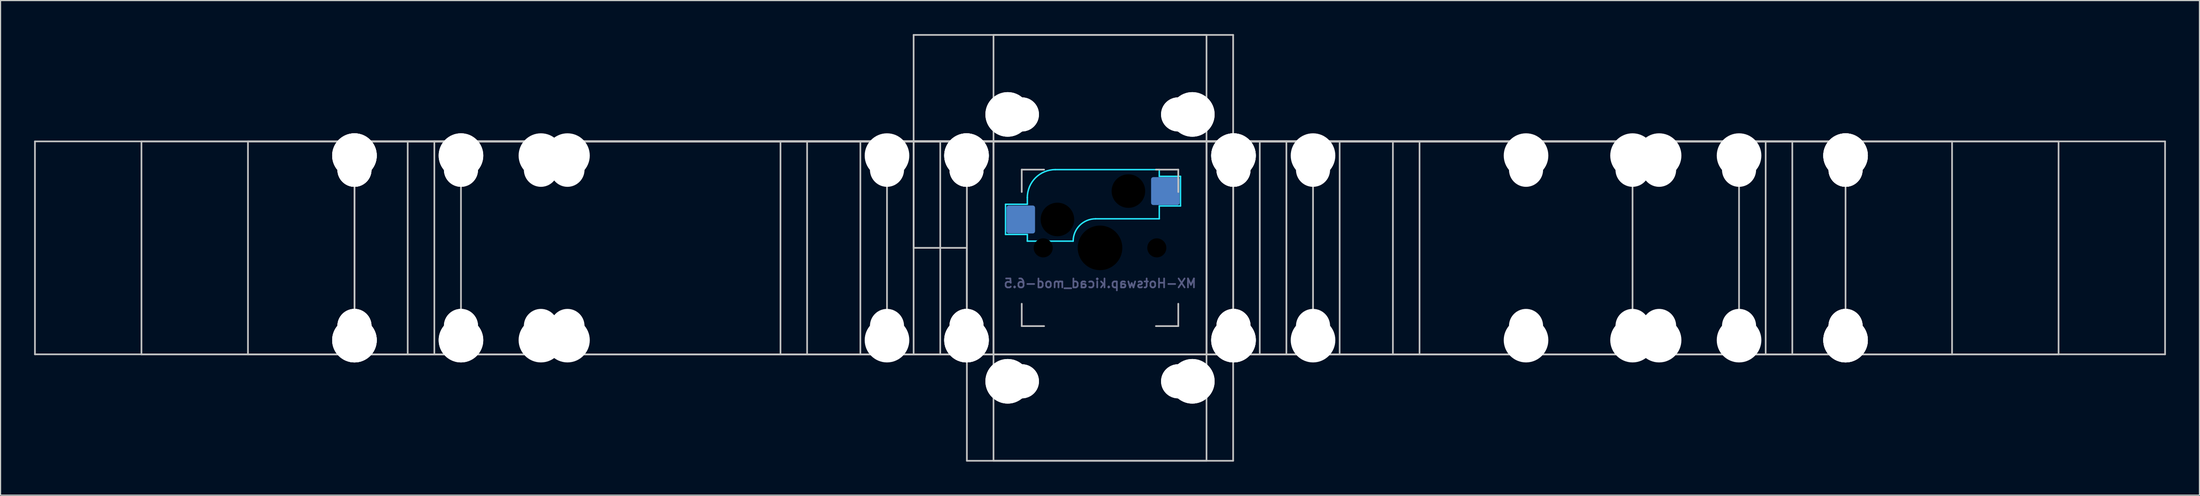
<source format=kicad_pcb>
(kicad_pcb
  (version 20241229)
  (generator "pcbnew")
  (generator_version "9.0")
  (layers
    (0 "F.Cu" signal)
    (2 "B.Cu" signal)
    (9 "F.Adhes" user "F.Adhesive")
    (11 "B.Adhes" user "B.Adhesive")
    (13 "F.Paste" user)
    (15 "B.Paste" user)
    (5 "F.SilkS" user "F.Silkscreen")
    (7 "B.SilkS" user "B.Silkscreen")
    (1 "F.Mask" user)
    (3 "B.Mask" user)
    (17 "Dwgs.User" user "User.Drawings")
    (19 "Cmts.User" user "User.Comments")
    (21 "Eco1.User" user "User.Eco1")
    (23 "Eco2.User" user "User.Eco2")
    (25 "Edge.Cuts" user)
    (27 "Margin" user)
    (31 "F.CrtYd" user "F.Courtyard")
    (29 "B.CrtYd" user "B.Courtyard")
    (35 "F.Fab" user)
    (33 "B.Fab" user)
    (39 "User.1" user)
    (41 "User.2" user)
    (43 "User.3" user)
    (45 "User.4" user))
  (footprint "MX-Hotswap.kicad_mod-6.5"
    (layer "F.Cu")
    (at 95.325 19.125)
    (property "Reference" "MX-Hotswap.kicad_mod-6.5" (at 0 3.175 0) (layer "B.Fab") (effects (font (size 0.8 0.8) (thickness 0.15)) (justify mirror)))
    (attr smd)
    (fp_line (start -95.25 9.525) (end -95.25 -9.525) (stroke (width 0.15) (type solid)) (layer "Dwgs.User"))
    (fp_line (start -85.725 9.525) (end -85.725 -9.525) (stroke (width 0.15) (type solid)) (layer "Dwgs.User"))
    (fp_line (start -76.2 9.525) (end -76.2 -9.525) (stroke (width 0.15) (type solid)) (layer "Dwgs.User"))
    (fp_line (start -66.675 -9.525) (end 47.625 -9.525) (stroke (width 0.15) (type solid)) (layer "Dwgs.User"))
    (fp_line (start -66.675 9.525) (end -66.675 -9.525) (stroke (width 0.15) (type solid)) (layer "Dwgs.User"))
    (fp_line (start -66.675 9.525) (end -66.675 -9.525) (stroke (width 0.15) (type solid)) (layer "Dwgs.User"))
    (fp_line (start -66.675 9.525) (end 47.625 9.525) (stroke (width 0.15) (type solid)) (layer "Dwgs.User"))
    (fp_line (start -61.913 9.525) (end -61.913 -9.525) (stroke (width 0.15) (type solid)) (layer "Dwgs.User"))
    (fp_line (start -59.531 9.525) (end -59.531 -9.525) (stroke (width 0.15) (type solid)) (layer "Dwgs.User"))
    (fp_line (start -57.15 9.525) (end -57.15 -9.525) (stroke (width 0.15) (type solid)) (layer "Dwgs.User"))
    (fp_line (start -28.575 9.525) (end -28.575 -9.525) (stroke (width 0.15) (type solid)) (layer "Dwgs.User"))
    (fp_line (start -26.194 9.525) (end -26.194 -9.525) (stroke (width 0.15) (type solid)) (layer "Dwgs.User"))
    (fp_line (start -21.431 9.525) (end -21.431 -9.525) (stroke (width 0.15) (type solid)) (layer "Dwgs.User"))
    (fp_line (start -19.05 9.525) (end -19.05 -9.525) (stroke (width 0.15) (type solid)) (layer "Dwgs.User"))
    (fp_line (start -16.669 -19.05) (end -16.669 0) (stroke (width 0.15) (type solid)) (layer "Dwgs.User"))
    (fp_line (start -16.669 -19.05) (end 11.906 -19.05) (stroke (width 0.15) (type solid)) (layer "Dwgs.User"))
    (fp_line (start -16.669 9.525) (end -16.669 -9.525) (stroke (width 0.15) (type solid)) (layer "Dwgs.User"))
    (fp_line (start -14.287 9.525) (end -14.287 -9.525) (stroke (width 0.15) (type solid)) (layer "Dwgs.User"))
    (fp_line (start -11.906 0) (end -16.669 0) (stroke (width 0.15) (type solid)) (layer "Dwgs.User"))
    (fp_line (start -11.906 9.525) (end -11.906 -9.525) (stroke (width 0.15) (type solid)) (layer "Dwgs.User"))
    (fp_line (start -11.906 19.05) (end -11.906 0) (stroke (width 0.15) (type solid)) (layer "Dwgs.User"))
    (fp_line (start -11.906 19.05) (end 11.906 19.05) (stroke (width 0.15) (type solid)) (layer "Dwgs.User"))
    (fp_line (start -9.525 9.525) (end -9.525 -9.525) (stroke (width 0.15) (type solid)) (layer "Dwgs.User"))
    (fp_line (start -9.525 19.05) (end -9.525 -19.05) (stroke (width 0.15) (type solid)) (layer "Dwgs.User"))
    (fp_line (start -7 -7) (end -7 -5) (stroke (width 0.15) (type solid)) (layer "Dwgs.User"))
    (fp_line (start -7 5) (end -7 7) (stroke (width 0.15) (type solid)) (layer "Dwgs.User"))
    (fp_line (start -7 7) (end -5 7) (stroke (width 0.15) (type solid)) (layer "Dwgs.User"))
    (fp_line (start -5 -7) (end -7 -7) (stroke (width 0.15) (type solid)) (layer "Dwgs.User"))
    (fp_line (start 5 -7) (end 7 -7) (stroke (width 0.15) (type solid)) (layer "Dwgs.User"))
    (fp_line (start 5 7) (end 7 7) (stroke (width 0.15) (type solid)) (layer "Dwgs.User"))
    (fp_line (start 7 -7) (end 7 -5) (stroke (width 0.15) (type solid)) (layer "Dwgs.User"))
    (fp_line (start 7 7) (end 7 5) (stroke (width 0.15) (type solid)) (layer "Dwgs.User"))
    (fp_line (start 9.525 -19.05) (end -9.525 -19.05) (stroke (width 0.15) (type solid)) (layer "Dwgs.User"))
    (fp_line (start 9.525 -9.525) (end -9.525 -9.525) (stroke (width 0.15) (type solid)) (layer "Dwgs.User"))
    (fp_line (start 9.525 9.525) (end -9.525 9.525) (stroke (width 0.15) (type solid)) (layer "Dwgs.User"))
    (fp_line (start 9.525 9.525) (end 9.525 -9.525) (stroke (width 0.15) (type solid)) (layer "Dwgs.User"))
    (fp_line (start 9.525 19.05) (end -9.525 19.05) (stroke (width 0.15) (type solid)) (layer "Dwgs.User"))
    (fp_line (start 9.525 19.05) (end 9.525 -19.05) (stroke (width 0.15) (type solid)) (layer "Dwgs.User"))
    (fp_line (start 11.906 -19.05) (end 11.906 19.05) (stroke (width 0.15) (type solid)) (layer "Dwgs.User"))
    (fp_line (start 11.906 -9.525) (end -11.906 -9.525) (stroke (width 0.15) (type solid)) (layer "Dwgs.User"))
    (fp_line (start 11.906 9.525) (end -11.906 9.525) (stroke (width 0.15) (type solid)) (layer "Dwgs.User"))
    (fp_line (start 11.906 9.525) (end 11.906 -9.525) (stroke (width 0.15) (type solid)) (layer "Dwgs.User"))
    (fp_line (start 14.287 -9.525) (end -14.287 -9.525) (stroke (width 0.15) (type solid)) (layer "Dwgs.User"))
    (fp_line (start 14.287 9.525) (end -14.287 9.525) (stroke (width 0.15) (type solid)) (layer "Dwgs.User"))
    (fp_line (start 14.287 9.525) (end 14.287 -9.525) (stroke (width 0.15) (type solid)) (layer "Dwgs.User"))
    (fp_line (start 16.669 -9.525) (end -16.669 -9.525) (stroke (width 0.15) (type solid)) (layer "Dwgs.User"))
    (fp_line (start 16.669 9.525) (end -16.669 9.525) (stroke (width 0.15) (type solid)) (layer "Dwgs.User"))
    (fp_line (start 16.669 9.525) (end 16.669 -9.525) (stroke (width 0.15) (type solid)) (layer "Dwgs.User"))
    (fp_line (start 19.05 -9.525) (end -19.05 -9.525) (stroke (width 0.15) (type solid)) (layer "Dwgs.User"))
    (fp_line (start 19.05 9.525) (end -19.05 9.525) (stroke (width 0.15) (type solid)) (layer "Dwgs.User"))
    (fp_line (start 19.05 9.525) (end 19.05 -9.525) (stroke (width 0.15) (type solid)) (layer "Dwgs.User"))
    (fp_line (start 21.431 -9.525) (end -21.431 -9.525) (stroke (width 0.15) (type solid)) (layer "Dwgs.User"))
    (fp_line (start 21.431 9.525) (end -21.431 9.525) (stroke (width 0.15) (type solid)) (layer "Dwgs.User"))
    (fp_line (start 21.431 9.525) (end 21.431 -9.525) (stroke (width 0.15) (type solid)) (layer "Dwgs.User"))
    (fp_line (start 26.194 -9.525) (end -26.194 -9.525) (stroke (width 0.15) (type solid)) (layer "Dwgs.User"))
    (fp_line (start 26.194 9.525) (end -26.194 9.525) (stroke (width 0.15) (type solid)) (layer "Dwgs.User"))
    (fp_line (start 26.194 9.525) (end 26.194 -9.525) (stroke (width 0.15) (type solid)) (layer "Dwgs.User"))
    (fp_line (start 28.575 -9.525) (end -28.575 -9.525) (stroke (width 0.15) (type solid)) (layer "Dwgs.User"))
    (fp_line (start 28.575 9.525) (end -28.575 9.525) (stroke (width 0.15) (type solid)) (layer "Dwgs.User"))
    (fp_line (start 28.575 9.525) (end 28.575 -9.525) (stroke (width 0.15) (type solid)) (layer "Dwgs.User"))
    (fp_line (start 47.625 9.525) (end 47.625 -9.525) (stroke (width 0.15) (type solid)) (layer "Dwgs.User"))
    (fp_line (start 57.15 -9.525) (end -57.15 -9.525) (stroke (width 0.15) (type solid)) (layer "Dwgs.User"))
    (fp_line (start 57.15 9.525) (end -57.15 9.525) (stroke (width 0.15) (type solid)) (layer "Dwgs.User"))
    (fp_line (start 57.15 9.525) (end 57.15 -9.525) (stroke (width 0.15) (type solid)) (layer "Dwgs.User"))
    (fp_line (start 59.531 -9.525) (end -59.531 -9.525) (stroke (width 0.15) (type solid)) (layer "Dwgs.User"))
    (fp_line (start 59.531 9.525) (end -59.531 9.525) (stroke (width 0.15) (type solid)) (layer "Dwgs.User"))
    (fp_line (start 59.531 9.525) (end 59.531 -9.525) (stroke (width 0.15) (type solid)) (layer "Dwgs.User"))
    (fp_line (start 61.913 -9.525) (end -61.913 -9.525) (stroke (width 0.15) (type solid)) (layer "Dwgs.User"))
    (fp_line (start 61.913 9.525) (end -61.913 9.525) (stroke (width 0.15) (type solid)) (layer "Dwgs.User"))
    (fp_line (start 61.913 9.525) (end 61.913 -9.525) (stroke (width 0.15) (type solid)) (layer "Dwgs.User"))
    (fp_line (start 66.675 -9.525) (end -66.675 -9.525) (stroke (width 0.15) (type solid)) (layer "Dwgs.User"))
    (fp_line (start 66.675 9.525) (end -66.675 9.525) (stroke (width 0.15) (type solid)) (layer "Dwgs.User"))
    (fp_line (start 66.675 9.525) (end 66.675 -9.525) (stroke (width 0.15) (type solid)) (layer "Dwgs.User"))
    (fp_line (start 76.2 -9.525) (end -76.2 -9.525) (stroke (width 0.15) (type solid)) (layer "Dwgs.User"))
    (fp_line (start 76.2 9.525) (end -76.2 9.525) (stroke (width 0.15) (type solid)) (layer "Dwgs.User"))
    (fp_line (start 76.2 9.525) (end 76.2 -9.525) (stroke (width 0.15) (type solid)) (layer "Dwgs.User"))
    (fp_line (start 85.725 -9.525) (end -85.725 -9.525) (stroke (width 0.15) (type solid)) (layer "Dwgs.User"))
    (fp_line (start 85.725 9.525) (end -85.725 9.525) (stroke (width 0.15) (type solid)) (layer "Dwgs.User"))
    (fp_line (start 85.725 9.525) (end 85.725 -9.525) (stroke (width 0.15) (type solid)) (layer "Dwgs.User"))
    (fp_line (start 95.25 -9.525) (end -95.25 -9.525) (stroke (width 0.15) (type solid)) (layer "Dwgs.User"))
    (fp_line (start 95.25 9.525) (end -95.25 9.525) (stroke (width 0.15) (type solid)) (layer "Dwgs.User"))
    (fp_line (start 95.25 9.525) (end 95.25 -9.525) (stroke (width 0.15) (type solid)) (layer "Dwgs.User"))
    (fp_line (start -8.45 -3.9) (end -8.45 -1.2) (stroke (width 0.127) (type solid)) (layer "B.CrtYd"))
    (fp_line (start -8.45 -1.2) (end -6.5 -1.2) (stroke (width 0.127) (type solid)) (layer "B.CrtYd"))
    (fp_line (start -6.5 -4.5) (end -6.5 -3.9) (stroke (width 0.127) (type solid)) (layer "B.CrtYd"))
    (fp_line (start -6.5 -3.9) (end -8.45 -3.9) (stroke (width 0.127) (type solid)) (layer "B.CrtYd"))
    (fp_line (start -6.5 -0.6) (end -6.5 -1.2) (stroke (width 0.127) (type solid)) (layer "B.CrtYd"))
    (fp_line (start -6.5 -0.6) (end -2.4 -0.6) (stroke (width 0.127) (type solid)) (layer "B.CrtYd"))
    (fp_line (start -0.4 -2.6) (end 5.3 -2.6) (stroke (width 0.127) (type solid)) (layer "B.CrtYd"))
    (fp_line (start 5.3 -7) (end -4 -7) (stroke (width 0.127) (type solid)) (layer "B.CrtYd"))
    (fp_line (start 5.3 -7) (end 5.3 -6.4) (stroke (width 0.127) (type solid)) (layer "B.CrtYd"))
    (fp_line (start 5.3 -6.4) (end 7.2 -6.4) (stroke (width 0.127) (type solid)) (layer "B.CrtYd"))
    (fp_line (start 5.3 -2.6) (end 5.3 -3.75) (stroke (width 0.127) (type solid)) (layer "B.CrtYd"))
    (fp_line (start 7.2 -6.4) (end 7.2 -3.75) (stroke (width 0.127) (type solid)) (layer "B.CrtYd"))
    (fp_line (start 7.2 -3.75) (end 5.3 -3.75) (stroke (width 0.127) (type solid)) (layer "B.CrtYd"))
    (fp_arc (start -6.5 -4.5) (mid -5.767767 -6.267767) (end -4 -7) (stroke (width 0.127) (type solid)) (layer "B.CrtYd"))
    (fp_arc (start -2.4 -0.6) (mid -1.814214 -2.014214) (end -0.4 -2.6) (stroke (width 0.127) (type solid)) (layer "B.CrtYd"))
    (pad "" np_thru_hole circle (at -66.675 -8.255) (size 3.988 3.988) (drill 3.988) (layers "*.Cu" "*.Mask"))
    (pad "" np_thru_hole circle (at -66.675 -8.255) (size 3.988 3.988) (drill 3.988) (layers "*.Cu" "*.Mask"))
    (pad "" np_thru_hole circle (at -66.675 -8.255) (size 3.988 3.988) (drill 3.988) (layers "*.Cu" "*.Mask"))
    (pad "" np_thru_hole circle (at -66.675 -6.985) (size 3.048 3.048) (drill 3.048) (layers "*.Cu" "*.Mask"))
    (pad "" np_thru_hole circle (at -66.675 -6.985) (size 3.048 3.048) (drill 3.048) (layers "*.Cu" "*.Mask"))
    (pad "" np_thru_hole circle (at -66.675 -6.985) (size 3.048 3.048) (drill 3.048) (layers "*.Cu" "*.Mask"))
    (pad "" np_thru_hole circle (at -66.675 6.985) (size 3.048 3.048) (drill 3.048) (layers "*.Cu" "*.Mask"))
    (pad "" np_thru_hole circle (at -66.675 6.985) (size 3.048 3.048) (drill 3.048) (layers "*.Cu" "*.Mask"))
    (pad "" np_thru_hole circle (at -66.675 6.985) (size 3.048 3.048) (drill 3.048) (layers "*.Cu" "*.Mask"))
    (pad "" np_thru_hole circle (at -66.675 8.255) (size 3.988 3.988) (drill 3.988) (layers "*.Cu" "*.Mask"))
    (pad "" np_thru_hole circle (at -66.675 8.255) (size 3.988 3.988) (drill 3.988) (layers "*.Cu" "*.Mask"))
    (pad "" np_thru_hole circle (at -66.675 8.255) (size 3.988 3.988) (drill 3.988) (layers "*.Cu" "*.Mask"))
    (pad "" np_thru_hole circle (at -57.15 -8.255) (size 3.988 3.988) (drill 3.988) (layers "*.Cu" "*.Mask"))
    (pad "" np_thru_hole circle (at -57.15 -8.255) (size 3.988 3.988) (drill 3.988) (layers "*.Cu" "*.Mask"))
    (pad "" np_thru_hole circle (at -57.15 -6.985) (size 3.048 3.048) (drill 3.048) (layers "*.Cu" "*.Mask"))
    (pad "" np_thru_hole circle (at -57.15 -6.985) (size 3.048 3.048) (drill 3.048) (layers "*.Cu" "*.Mask"))
    (pad "" np_thru_hole circle (at -57.15 6.985) (size 3.048 3.048) (drill 3.048) (layers "*.Cu" "*.Mask"))
    (pad "" np_thru_hole circle (at -57.15 6.985) (size 3.048 3.048) (drill 3.048) (layers "*.Cu" "*.Mask"))
    (pad "" np_thru_hole circle (at -57.15 8.255) (size 3.988 3.988) (drill 3.988) (layers "*.Cu" "*.Mask"))
    (pad "" np_thru_hole circle (at -57.15 8.255) (size 3.988 3.988) (drill 3.988) (layers "*.Cu" "*.Mask"))
    (pad "" np_thru_hole circle (at -50 -8.255) (size 3.988 3.988) (drill 3.988) (layers "*.Cu" "*.Mask"))
    (pad "" np_thru_hole circle (at -50 -6.985) (size 3.048 3.048) (drill 3.048) (layers "*.Cu" "*.Mask"))
    (pad "" np_thru_hole circle (at -50 6.985) (size 3.048 3.048) (drill 3.048) (layers "*.Cu" "*.Mask"))
    (pad "" np_thru_hole circle (at -50 8.255) (size 3.988 3.988) (drill 3.988) (layers "*.Cu" "*.Mask"))
    (pad "" np_thru_hole circle (at -47.625 -8.255) (size 3.988 3.988) (drill 3.988) (layers "*.Cu" "*.Mask"))
    (pad "" np_thru_hole circle (at -47.625 -6.985) (size 3.048 3.048) (drill 3.048) (layers "*.Cu" "*.Mask"))
    (pad "" np_thru_hole circle (at -47.625 6.985) (size 3.048 3.048) (drill 3.048) (layers "*.Cu" "*.Mask"))
    (pad "" np_thru_hole circle (at -47.625 8.255) (size 3.988 3.988) (drill 3.988) (layers "*.Cu" "*.Mask"))
    (pad "" np_thru_hole circle (at -19.05 -8.255) (size 3.988 3.988) (drill 3.988) (layers "*.Cu" "*.Mask"))
    (pad "" np_thru_hole circle (at -19.05 -6.985) (size 3.048 3.048) (drill 3.048) (layers "*.Cu" "*.Mask"))
    (pad "" np_thru_hole circle (at -19.05 6.985) (size 3.048 3.048) (drill 3.048) (layers "*.Cu" "*.Mask"))
    (pad "" np_thru_hole circle (at -19.05 8.255) (size 3.988 3.988) (drill 3.988) (layers "*.Cu" "*.Mask"))
    (pad "" np_thru_hole circle (at -11.938 -8.255) (size 3.988 3.988) (drill 3.988) (layers "*.Cu" "*.Mask"))
    (pad "" np_thru_hole circle (at -11.938 -8.255) (size 3.988 3.988) (drill 3.988) (layers "*.Cu" "*.Mask"))
    (pad "" np_thru_hole circle (at -11.938 -8.255) (size 3.988 3.988) (drill 3.988) (layers "*.Cu" "*.Mask"))
    (pad "" np_thru_hole circle (at -11.938 -6.985) (size 3.048 3.048) (drill 3.048) (layers "*.Cu" "*.Mask"))
    (pad "" np_thru_hole circle (at -11.938 -6.985) (size 3.048 3.048) (drill 3.048) (layers "*.Cu" "*.Mask"))
    (pad "" np_thru_hole circle (at -11.938 -6.985) (size 3.048 3.048) (drill 3.048) (layers "*.Cu" "*.Mask"))
    (pad "" np_thru_hole circle (at -11.938 6.985) (size 3.048 3.048) (drill 3.048) (layers "*.Cu" "*.Mask"))
    (pad "" np_thru_hole circle (at -11.938 6.985) (size 3.048 3.048) (drill 3.048) (layers "*.Cu" "*.Mask"))
    (pad "" np_thru_hole circle (at -11.938 6.985) (size 3.048 3.048) (drill 3.048) (layers "*.Cu" "*.Mask"))
    (pad "" np_thru_hole circle (at -11.938 8.255) (size 3.988 3.988) (drill 3.988) (layers "*.Cu" "*.Mask"))
    (pad "" np_thru_hole circle (at -11.938 8.255) (size 3.988 3.988) (drill 3.988) (layers "*.Cu" "*.Mask"))
    (pad "" np_thru_hole circle (at -11.938 8.255) (size 3.988 3.988) (drill 3.988) (layers "*.Cu" "*.Mask"))
    (pad "" np_thru_hole circle (at -8.255 -11.938) (size 3.988 3.988) (drill 3.988) (layers "*.Cu" "*.Mask"))
    (pad "" np_thru_hole circle (at -8.255 -11.938) (size 3.988 3.988) (drill 3.988) (layers "*.Cu" "*.Mask"))
    (pad "" np_thru_hole circle (at -8.255 11.938) (size 3.988 3.988) (drill 3.988) (layers "*.Cu" "*.Mask"))
    (pad "" np_thru_hole circle (at -8.255 11.938) (size 3.988 3.988) (drill 3.988) (layers "*.Cu" "*.Mask"))
    (pad "" np_thru_hole circle (at -6.985 -11.938) (size 3.048 3.048) (drill 3.048) (layers "*.Cu" "*.Mask"))
    (pad "" np_thru_hole circle (at -6.985 -11.938) (size 3.048 3.048) (drill 3.048) (layers "*.Cu" "*.Mask"))
    (pad "" np_thru_hole circle (at -6.985 11.938) (size 3.048 3.048) (drill 3.048) (layers "*.Cu" "*.Mask"))
    (pad "" np_thru_hole circle (at -6.985 11.938) (size 3.048 3.048) (drill 3.048) (layers "*.Cu" "*.Mask"))
    (pad "" np_thru_hole circle (at -5.08 0 48.099) (size 1.702 1.702) (drill 1.702) (layers "*.Mask"))
    (pad "" np_thru_hole circle (at -3.81 -2.54) (size 3 3) (drill 3) (layers "*.Mask"))
    (pad "" np_thru_hole circle (at 0 0) (size 3.988 3.988) (drill 3.988) (layers "*.Mask"))
    (pad "" np_thru_hole circle (at 2.54 -5.08) (size 3 3) (drill 3) (layers "*.Mask"))
    (pad "" np_thru_hole circle (at 5.08 0 48.099) (size 1.702 1.702) (drill 1.702) (layers "*.Mask"))
    (pad "" np_thru_hole circle (at 6.985 -11.938) (size 3.048 3.048) (drill 3.048) (layers "*.Cu" "*.Mask"))
    (pad "" np_thru_hole circle (at 6.985 -11.938) (size 3.048 3.048) (drill 3.048) (layers "*.Cu" "*.Mask"))
    (pad "" np_thru_hole circle (at 6.985 11.938) (size 3.048 3.048) (drill 3.048) (layers "*.Cu" "*.Mask"))
    (pad "" np_thru_hole circle (at 6.985 11.938) (size 3.048 3.048) (drill 3.048) (layers "*.Cu" "*.Mask"))
    (pad "" np_thru_hole circle (at 8.255 -11.938) (size 3.988 3.988) (drill 3.988) (layers "*.Cu" "*.Mask"))
    (pad "" np_thru_hole circle (at 8.255 -11.938) (size 3.988 3.988) (drill 3.988) (layers "*.Cu" "*.Mask"))
    (pad "" np_thru_hole circle (at 8.255 11.938) (size 3.988 3.988) (drill 3.988) (layers "*.Cu" "*.Mask"))
    (pad "" np_thru_hole circle (at 8.255 11.938) (size 3.988 3.988) (drill 3.988) (layers "*.Cu" "*.Mask"))
    (pad "" np_thru_hole circle (at 11.938 -8.255) (size 3.988 3.988) (drill 3.988) (layers "*.Cu" "*.Mask"))
    (pad "" np_thru_hole circle (at 11.938 -8.255) (size 3.988 3.988) (drill 3.988) (layers "*.Cu" "*.Mask"))
    (pad "" np_thru_hole circle (at 11.938 -8.255) (size 3.988 3.988) (drill 3.988) (layers "*.Cu" "*.Mask"))
    (pad "" np_thru_hole circle (at 11.938 -6.985) (size 3.048 3.048) (drill 3.048) (layers "*.Cu" "*.Mask"))
    (pad "" np_thru_hole circle (at 11.938 -6.985) (size 3.048 3.048) (drill 3.048) (layers "*.Cu" "*.Mask"))
    (pad "" np_thru_hole circle (at 11.938 -6.985) (size 3.048 3.048) (drill 3.048) (layers "*.Cu" "*.Mask"))
    (pad "" np_thru_hole circle (at 11.938 6.985) (size 3.048 3.048) (drill 3.048) (layers "*.Cu" "*.Mask"))
    (pad "" np_thru_hole circle (at 11.938 6.985) (size 3.048 3.048) (drill 3.048) (layers "*.Cu" "*.Mask"))
    (pad "" np_thru_hole circle (at 11.938 6.985) (size 3.048 3.048) (drill 3.048) (layers "*.Cu" "*.Mask"))
    (pad "" np_thru_hole circle (at 11.938 8.255) (size 3.988 3.988) (drill 3.988) (layers "*.Cu" "*.Mask"))
    (pad "" np_thru_hole circle (at 11.938 8.255) (size 3.988 3.988) (drill 3.988) (layers "*.Cu" "*.Mask"))
    (pad "" np_thru_hole circle (at 11.938 8.255) (size 3.988 3.988) (drill 3.988) (layers "*.Cu" "*.Mask"))
    (pad "" np_thru_hole circle (at 19.05 -8.255) (size 3.988 3.988) (drill 3.988) (layers "*.Cu" "*.Mask"))
    (pad "" np_thru_hole circle (at 19.05 -6.985) (size 3.048 3.048) (drill 3.048) (layers "*.Cu" "*.Mask"))
    (pad "" np_thru_hole circle (at 19.05 6.985) (size 3.048 3.048) (drill 3.048) (layers "*.Cu" "*.Mask"))
    (pad "" np_thru_hole circle (at 19.05 8.255) (size 3.988 3.988) (drill 3.988) (layers "*.Cu" "*.Mask"))
    (pad "" np_thru_hole circle (at 38.1 -8.255) (size 3.988 3.988) (drill 3.988) (layers "*.Cu" "*.Mask"))
    (pad "" np_thru_hole circle (at 38.1 -6.985) (size 3.048 3.048) (drill 3.048) (layers "*.Cu" "*.Mask"))
    (pad "" np_thru_hole circle (at 38.1 6.985) (size 3.048 3.048) (drill 3.048) (layers "*.Cu" "*.Mask"))
    (pad "" np_thru_hole circle (at 38.1 8.255) (size 3.988 3.988) (drill 3.988) (layers "*.Cu" "*.Mask"))
    (pad "" np_thru_hole circle (at 47.625 -8.255) (size 3.988 3.988) (drill 3.988) (layers "*.Cu" "*.Mask"))
    (pad "" np_thru_hole circle (at 47.625 -6.985) (size 3.048 3.048) (drill 3.048) (layers "*.Cu" "*.Mask"))
    (pad "" np_thru_hole circle (at 47.625 6.985) (size 3.048 3.048) (drill 3.048) (layers "*.Cu" "*.Mask"))
    (pad "" np_thru_hole circle (at 47.625 8.255) (size 3.988 3.988) (drill 3.988) (layers "*.Cu" "*.Mask"))
    (pad "" np_thru_hole circle (at 50 -8.255) (size 3.988 3.988) (drill 3.988) (layers "*.Cu" "*.Mask"))
    (pad "" np_thru_hole circle (at 50 -6.985) (size 3.048 3.048) (drill 3.048) (layers "*.Cu" "*.Mask"))
    (pad "" np_thru_hole circle (at 50 6.985) (size 3.048 3.048) (drill 3.048) (layers "*.Cu" "*.Mask"))
    (pad "" np_thru_hole circle (at 50 8.255) (size 3.988 3.988) (drill 3.988) (layers "*.Cu" "*.Mask"))
    (pad "" np_thru_hole circle (at 57.15 -8.255) (size 3.988 3.988) (drill 3.988) (layers "*.Cu" "*.Mask"))
    (pad "" np_thru_hole circle (at 57.15 -6.985) (size 3.048 3.048) (drill 3.048) (layers "*.Cu" "*.Mask"))
    (pad "" np_thru_hole circle (at 57.15 6.985) (size 3.048 3.048) (drill 3.048) (layers "*.Cu" "*.Mask"))
    (pad "" np_thru_hole circle (at 57.15 8.255) (size 3.988 3.988) (drill 3.988) (layers "*.Cu" "*.Mask"))
    (pad "" np_thru_hole circle (at 66.675 -8.255) (size 3.988 3.988) (drill 3.988) (layers "*.Cu" "*.Mask"))
    (pad "" np_thru_hole circle (at 66.675 -8.255) (size 3.988 3.988) (drill 3.988) (layers "*.Cu" "*.Mask"))
    (pad "" np_thru_hole circle (at 66.675 -8.255) (size 3.988 3.988) (drill 3.988) (layers "*.Cu" "*.Mask"))
    (pad "" np_thru_hole circle (at 66.675 -6.985) (size 3.048 3.048) (drill 3.048) (layers "*.Cu" "*.Mask"))
    (pad "" np_thru_hole circle (at 66.675 -6.985) (size 3.048 3.048) (drill 3.048) (layers "*.Cu" "*.Mask"))
    (pad "" np_thru_hole circle (at 66.675 -6.985) (size 3.048 3.048) (drill 3.048) (layers "*.Cu" "*.Mask"))
    (pad "" np_thru_hole circle (at 66.675 6.985) (size 3.048 3.048) (drill 3.048) (layers "*.Cu" "*.Mask"))
    (pad "" np_thru_hole circle (at 66.675 6.985) (size 3.048 3.048) (drill 3.048) (layers "*.Cu" "*.Mask"))
    (pad "" np_thru_hole circle (at 66.675 6.985) (size 3.048 3.048) (drill 3.048) (layers "*.Cu" "*.Mask"))
    (pad "" np_thru_hole circle (at 66.675 8.255) (size 3.988 3.988) (drill 3.988) (layers "*.Cu" "*.Mask"))
    (pad "" np_thru_hole circle (at 66.675 8.255) (size 3.988 3.988) (drill 3.988) (layers "*.Cu" "*.Mask"))
    (pad "" np_thru_hole circle (at 66.675 8.255) (size 3.988 3.988) (drill 3.988) (layers "*.Cu" "*.Mask"))
    (pad "1" smd roundrect (at -7.085 -2.54) (size 2.55 2.5) (layers "B.Cu" "B.Mask" "B.Paste") (roundrect_rratio 0.08))
    (pad "2" smd roundrect (at 5.842 -5.08) (size 2.55 2.5) (layers "B.Cu" "B.Mask" "B.Paste") (roundrect_rratio 0.08)))
  (gr_rect
    (start -3 -3)
    (end 193.65 41.25)
    (stroke (width 0.1) (type default))
    (fill no)
    (layer "Edge.Cuts")))
</source>
